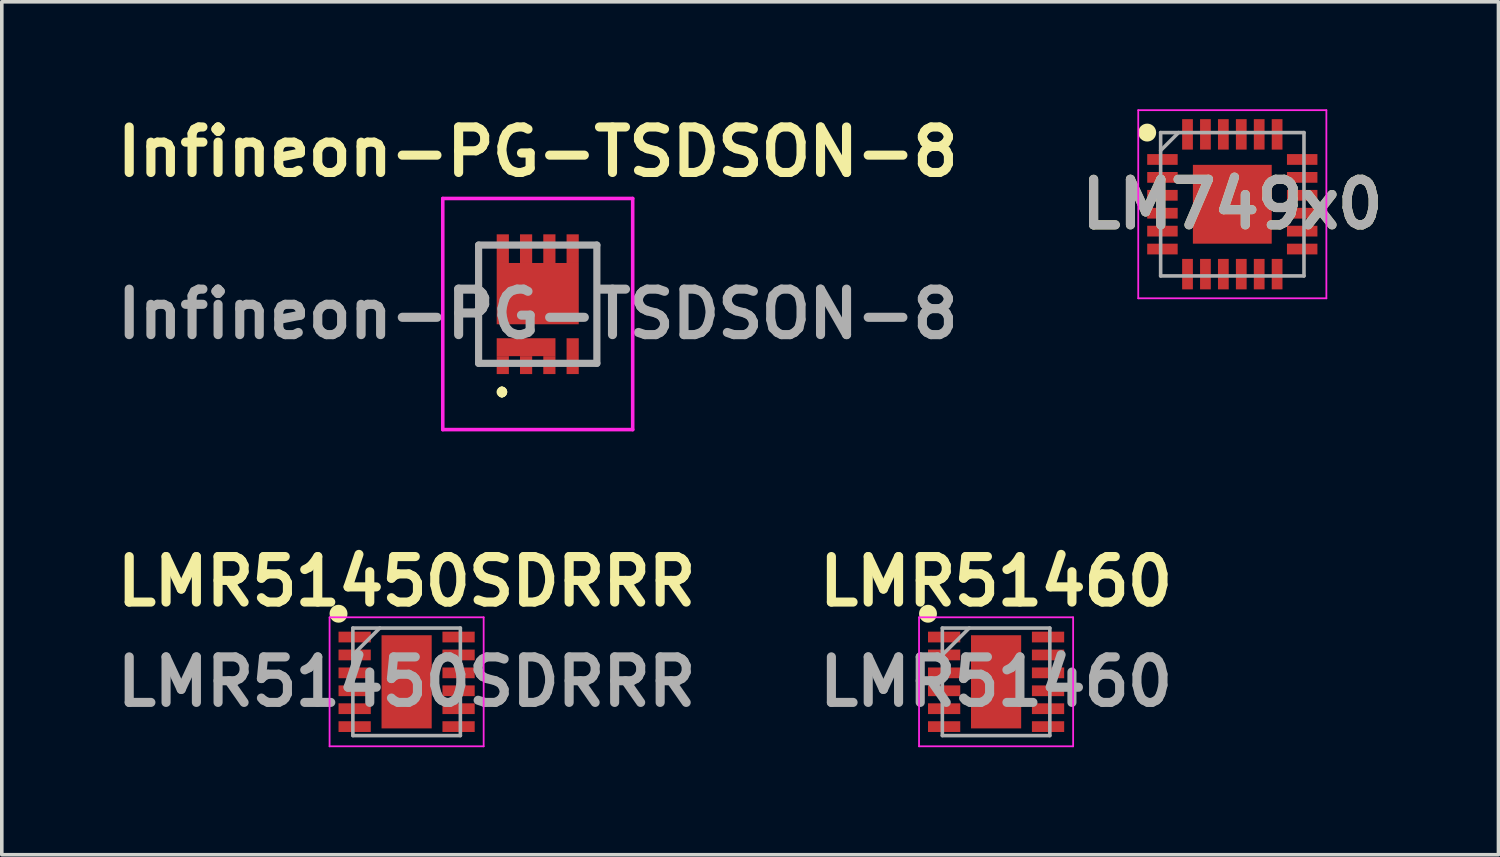
<source format=kicad_pcb>
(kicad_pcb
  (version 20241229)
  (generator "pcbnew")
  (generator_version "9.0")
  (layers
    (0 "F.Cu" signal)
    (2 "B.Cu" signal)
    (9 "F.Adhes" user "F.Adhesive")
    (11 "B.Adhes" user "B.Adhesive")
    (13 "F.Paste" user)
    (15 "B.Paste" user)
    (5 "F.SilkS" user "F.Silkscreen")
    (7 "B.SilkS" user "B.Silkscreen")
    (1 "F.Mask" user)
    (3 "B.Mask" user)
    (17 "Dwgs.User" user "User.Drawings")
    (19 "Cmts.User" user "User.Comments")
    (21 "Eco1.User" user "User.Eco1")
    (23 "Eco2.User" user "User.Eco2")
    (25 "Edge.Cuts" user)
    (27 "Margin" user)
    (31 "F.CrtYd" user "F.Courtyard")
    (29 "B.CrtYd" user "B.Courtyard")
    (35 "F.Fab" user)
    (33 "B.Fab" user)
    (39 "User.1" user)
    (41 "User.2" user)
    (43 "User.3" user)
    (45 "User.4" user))
  (footprint "LM749x0"
    (layer "F.Cu")
    (at 31.339 2.65)
    (property "Reference" "LM749x0" (at 0 0 0) (layer "F.SilkS") (effects (font (size 1.27 1.27) (thickness 0.254))))
    (attr smd)
    (fp_circle (center -2.375 -2) (end -2.375 -1.875) (stroke (width 0.25) (type solid)) (fill no) (layer "F.SilkS"))
    (fp_line (start -2.625 -2.625) (end 2.625 -2.625) (stroke (width 0.05) (type solid)) (layer "F.CrtYd"))
    (fp_line (start -2.625 2.625) (end -2.625 -2.625) (stroke (width 0.05) (type solid)) (layer "F.CrtYd"))
    (fp_line (start 2.625 -2.625) (end 2.625 2.625) (stroke (width 0.05) (type solid)) (layer "F.CrtYd"))
    (fp_line (start 2.625 2.625) (end -2.625 2.625) (stroke (width 0.05) (type solid)) (layer "F.CrtYd"))
    (fp_line (start -2 -2) (end 2 -2) (stroke (width 0.1) (type solid)) (layer "F.Fab"))
    (fp_line (start -2 -1.5) (end -1.5 -2) (stroke (width 0.1) (type solid)) (layer "F.Fab"))
    (fp_line (start -2 2) (end -2 -2) (stroke (width 0.1) (type solid)) (layer "F.Fab"))
    (fp_line (start 2 -2) (end 2 2) (stroke (width 0.1) (type solid)) (layer "F.Fab"))
    (fp_line (start 2 2) (end -2 2) (stroke (width 0.1) (type solid)) (layer "F.Fab"))
    (fp_text user "${REFERENCE}" (at 0 0 0) (layer "F.Fab") (effects (font (size 1.27 1.27) (thickness 0.254))))
    (pad "1" smd rect (at -1.95 -1.25 90) (size 0.3 0.85) (layers "F.Cu" "F.Mask" "F.Paste"))
    (pad "2" smd rect (at -1.95 -0.75 90) (size 0.3 0.85) (layers "F.Cu" "F.Mask" "F.Paste"))
    (pad "3" smd rect (at -1.95 -0.25 90) (size 0.3 0.85) (layers "F.Cu" "F.Mask" "F.Paste"))
    (pad "4" smd rect (at -1.95 0.25 90) (size 0.3 0.85) (layers "F.Cu" "F.Mask" "F.Paste"))
    (pad "5" smd rect (at -1.95 0.75 90) (size 0.3 0.85) (layers "F.Cu" "F.Mask" "F.Paste"))
    (pad "6" smd rect (at -1.95 1.25 90) (size 0.3 0.85) (layers "F.Cu" "F.Mask" "F.Paste"))
    (pad "7" smd rect (at -1.25 1.95) (size 0.3 0.85) (layers "F.Cu" "F.Mask" "F.Paste"))
    (pad "8" smd rect (at -0.75 1.95) (size 0.3 0.85) (layers "F.Cu" "F.Mask" "F.Paste"))
    (pad "9" smd rect (at -0.25 1.95) (size 0.3 0.85) (layers "F.Cu" "F.Mask" "F.Paste"))
    (pad "10" smd rect (at 0.25 1.95) (size 0.3 0.85) (layers "F.Cu" "F.Mask" "F.Paste"))
    (pad "11" smd rect (at 0.75 1.95) (size 0.3 0.85) (layers "F.Cu" "F.Mask" "F.Paste"))
    (pad "12" smd rect (at 1.25 1.95) (size 0.3 0.85) (layers "F.Cu" "F.Mask" "F.Paste"))
    (pad "13" smd rect (at 1.95 1.25 90) (size 0.3 0.85) (layers "F.Cu" "F.Mask" "F.Paste"))
    (pad "14" smd rect (at 1.95 0.75 90) (size 0.3 0.85) (layers "F.Cu" "F.Mask" "F.Paste"))
    (pad "15" smd rect (at 1.95 0.25 90) (size 0.3 0.85) (layers "F.Cu" "F.Mask" "F.Paste"))
    (pad "16" smd rect (at 1.95 -0.25 90) (size 0.3 0.85) (layers "F.Cu" "F.Mask" "F.Paste"))
    (pad "17" smd rect (at 1.95 -0.75 90) (size 0.3 0.85) (layers "F.Cu" "F.Mask" "F.Paste"))
    (pad "18" smd rect (at 1.95 -1.25 90) (size 0.3 0.85) (layers "F.Cu" "F.Mask" "F.Paste"))
    (pad "19" smd rect (at 1.25 -1.95) (size 0.3 0.85) (layers "F.Cu" "F.Mask" "F.Paste"))
    (pad "20" smd rect (at 0.75 -1.95) (size 0.3 0.85) (layers "F.Cu" "F.Mask" "F.Paste"))
    (pad "21" smd rect (at 0.25 -1.95) (size 0.3 0.85) (layers "F.Cu" "F.Mask" "F.Paste"))
    (pad "22" smd rect (at -0.25 -1.95) (size 0.3 0.85) (layers "F.Cu" "F.Mask" "F.Paste"))
    (pad "23" smd rect (at -0.75 -1.95) (size 0.3 0.85) (layers "F.Cu" "F.Mask" "F.Paste"))
    (pad "24" smd rect (at -1.25 -1.95) (size 0.3 0.85) (layers "F.Cu" "F.Mask" "F.Paste"))
    (pad "25" smd rect (at 0 0) (size 2.2 2.2) (layers "F.Cu" "F.Mask" "F.Paste")))
  (footprint "Infineon-PG-TSDSON-8"
    (layer "F.Cu")
    (at 11.956 5.439)
    (property "Reference" "Infineon-PG-TSDSON-8" (at 0 -4.25 0) (layer "F.SilkS") (effects (font (size 1.27 1.27) (thickness 0.254))))
    (attr smd)
    (fp_line (start -1.65 -1.65) (end -1.65 -1.65) (stroke (width 0.1) (type solid)) (layer "F.SilkS"))
    (fp_line (start -1.65 -1.65) (end -1.65 1.65) (stroke (width 0.1) (type solid)) (layer "F.SilkS"))
    (fp_line (start -1.65 1.65) (end -1.65 -1.65) (stroke (width 0.1) (type solid)) (layer "F.SilkS"))
    (fp_line (start -1.65 1.65) (end -1.65 1.65) (stroke (width 0.1) (type solid)) (layer "F.SilkS"))
    (fp_line (start -1 2.4) (end -1 2.4) (stroke (width 0.2) (type solid)) (layer "F.SilkS"))
    (fp_line (start -1 2.5) (end -1 2.5) (stroke (width 0.2) (type solid)) (layer "F.SilkS"))
    (fp_line (start -1 2.5) (end -1 2.5) (stroke (width 0.2) (type solid)) (layer "F.SilkS"))
    (fp_line (start 1.65 -1.65) (end 1.65 -1.65) (stroke (width 0.1) (type solid)) (layer "F.SilkS"))
    (fp_line (start 1.65 -1.65) (end 1.65 1.65) (stroke (width 0.1) (type solid)) (layer "F.SilkS"))
    (fp_line (start 1.65 1.65) (end 1.65 -1.65) (stroke (width 0.1) (type solid)) (layer "F.SilkS"))
    (fp_line (start 1.65 1.65) (end 1.65 1.65) (stroke (width 0.1) (type solid)) (layer "F.SilkS"))
    (fp_arc (start -1 2.4) (mid -0.95 2.45) (end -1 2.5) (stroke (width 0.2) (type solid)) (layer "F.SilkS"))
    (fp_arc (start -1 2.4) (mid -0.95 2.45) (end -1 2.5) (stroke (width 0.2) (type solid)) (layer "F.SilkS"))
    (fp_arc (start -1 2.5) (mid -1.05 2.45) (end -1 2.4) (stroke (width 0.2) (type solid)) (layer "F.SilkS"))
    (fp_line (start -2.65 -2.95) (end 2.65 -2.95) (stroke (width 0.1) (type solid)) (layer "F.CrtYd"))
    (fp_line (start -2.65 3.5) (end -2.65 -2.95) (stroke (width 0.1) (type solid)) (layer "F.CrtYd"))
    (fp_line (start 2.65 -2.95) (end 2.65 3.5) (stroke (width 0.1) (type solid)) (layer "F.CrtYd"))
    (fp_line (start 2.65 3.5) (end -2.65 3.5) (stroke (width 0.1) (type solid)) (layer "F.CrtYd"))
    (fp_line (start -1.65 -1.65) (end -1.65 1.65) (stroke (width 0.2) (type solid)) (layer "F.Fab"))
    (fp_line (start -1.65 1.65) (end 1.65 1.65) (stroke (width 0.2) (type solid)) (layer "F.Fab"))
    (fp_line (start 1.65 -1.65) (end -1.65 -1.65) (stroke (width 0.2) (type solid)) (layer "F.Fab"))
    (fp_line (start 1.65 1.65) (end 1.65 -1.65) (stroke (width 0.2) (type solid)) (layer "F.Fab"))
    (fp_text user "${REFERENCE}" (at 0 0.275 0) (layer "F.Fab") (effects (font (size 1.27 1.27) (thickness 0.254))))
    (pad "D" smd rect (at -0.975 -1.55) (size 0.34 0.8) (layers "F.Cu" "F.Mask" "F.Paste"))
    (pad "D" smd rect (at -0.325 -1.55) (size 0.34 0.8) (layers "F.Cu" "F.Mask" "F.Paste"))
    (pad "D" smd rect (at 0 -0.295 90) (size 1.71 2.29) (layers "F.Cu" "F.Mask" "F.Paste"))
    (pad "D" smd rect (at 0.325 -1.55) (size 0.34 0.8) (layers "F.Cu" "F.Mask" "F.Paste"))
    (pad "D" smd rect (at 0.975 -1.55) (size 0.34 0.8) (layers "F.Cu" "F.Mask" "F.Paste"))
    (pad "G" smd rect (at 0.975 1.45) (size 0.34 1) (layers "F.Cu" "F.Mask" "F.Paste"))
    (pad "S" smd rect (at -0.975 1.7) (size 0.34 0.5) (layers "F.Cu" "F.Mask" "F.Paste"))
    (pad "S" smd rect (at -0.325 1.2 90) (size 0.5 1.64) (layers "F.Cu" "F.Mask" "F.Paste"))
    (pad "S" smd rect (at -0.325 1.7) (size 0.34 0.5) (layers "F.Cu" "F.Mask" "F.Paste"))
    (pad "S" smd rect (at 0.325 1.7) (size 0.34 0.5) (layers "F.Cu" "F.Mask" "F.Paste")))
  (footprint "LMR51460"
    (layer "F.Cu")
    (at 24.747 15.977)
    (property "Reference" "LMR51460" (at 0 -2.8 0) (layer "F.SilkS") (effects (font (size 1.27 1.27) (thickness 0.254))))
    (attr smd)
    (fp_circle (center -1.9 -1.9) (end -1.9 -1.775) (stroke (width 0.25) (type solid)) (fill no) (layer "F.SilkS"))
    (fp_line (start -2.15 -1.8) (end 2.15 -1.8) (stroke (width 0.05) (type solid)) (layer "F.CrtYd"))
    (fp_line (start -2.15 1.8) (end -2.15 -1.8) (stroke (width 0.05) (type solid)) (layer "F.CrtYd"))
    (fp_line (start 2.15 -1.8) (end 2.15 1.8) (stroke (width 0.05) (type solid)) (layer "F.CrtYd"))
    (fp_line (start 2.15 1.8) (end -2.15 1.8) (stroke (width 0.05) (type solid)) (layer "F.CrtYd"))
    (fp_line (start -1.5 -1.5) (end 1.5 -1.5) (stroke (width 0.1) (type solid)) (layer "F.Fab"))
    (fp_line (start -1.5 -0.75) (end -0.75 -1.5) (stroke (width 0.1) (type solid)) (layer "F.Fab"))
    (fp_line (start -1.5 1.5) (end -1.5 -1.5) (stroke (width 0.1) (type solid)) (layer "F.Fab"))
    (fp_line (start 1.5 -1.5) (end 1.5 1.5) (stroke (width 0.1) (type solid)) (layer "F.Fab"))
    (fp_line (start 1.5 1.5) (end -1.5 1.5) (stroke (width 0.1) (type solid)) (layer "F.Fab"))
    (fp_text user "${REFERENCE}" (at 0 0 0) (layer "F.Fab") (effects (font (size 1.27 1.27) (thickness 0.254))))
    (pad "1" smd rect (at -1.45 -1.25 90) (size 0.3 0.9) (layers "F.Cu" "F.Mask" "F.Paste"))
    (pad "2" smd rect (at -1.45 -0.75 90) (size 0.3 0.9) (layers "F.Cu" "F.Mask" "F.Paste"))
    (pad "3" smd rect (at -1.45 -0.25 90) (size 0.3 0.9) (layers "F.Cu" "F.Mask" "F.Paste"))
    (pad "4" smd rect (at -1.45 0.25 90) (size 0.3 0.9) (layers "F.Cu" "F.Mask" "F.Paste"))
    (pad "5" smd rect (at -1.45 0.75 90) (size 0.3 0.9) (layers "F.Cu" "F.Mask" "F.Paste"))
    (pad "6" smd rect (at -1.45 1.25 90) (size 0.3 0.9) (layers "F.Cu" "F.Mask" "F.Paste"))
    (pad "7" smd rect (at 1.45 1.25 90) (size 0.3 0.9) (layers "F.Cu" "F.Mask" "F.Paste"))
    (pad "8" smd rect (at 1.45 0.75 90) (size 0.3 0.9) (layers "F.Cu" "F.Mask" "F.Paste"))
    (pad "9" smd rect (at 1.45 0.25 90) (size 0.3 0.9) (layers "F.Cu" "F.Mask" "F.Paste"))
    (pad "10" smd rect (at 1.45 -0.25 90) (size 0.3 0.9) (layers "F.Cu" "F.Mask" "F.Paste"))
    (pad "11" smd rect (at 1.45 -0.75 90) (size 0.3 0.9) (layers "F.Cu" "F.Mask" "F.Paste"))
    (pad "12" smd rect (at 1.45 -1.25 90) (size 0.3 0.9) (layers "F.Cu" "F.Mask" "F.Paste"))
    (pad "13" smd rect (at 0 0) (size 1.4 2.6) (layers "F.Cu" "F.Mask" "F.Paste")))
  (footprint "LMR51450SDRRR"
    (layer "F.Cu")
    (at 8.297 15.977)
    (property "Reference" "LMR51450SDRRR" (at 0 -2.8 0) (layer "F.SilkS") (effects (font (size 1.27 1.27) (thickness 0.254))))
    (attr smd)
    (fp_circle (center -1.9 -1.9) (end -1.9 -1.775) (stroke (width 0.25) (type solid)) (fill no) (layer "F.SilkS"))
    (fp_line (start -2.15 -1.8) (end 2.15 -1.8) (stroke (width 0.05) (type solid)) (layer "F.CrtYd"))
    (fp_line (start -2.15 1.8) (end -2.15 -1.8) (stroke (width 0.05) (type solid)) (layer "F.CrtYd"))
    (fp_line (start 2.15 -1.8) (end 2.15 1.8) (stroke (width 0.05) (type solid)) (layer "F.CrtYd"))
    (fp_line (start 2.15 1.8) (end -2.15 1.8) (stroke (width 0.05) (type solid)) (layer "F.CrtYd"))
    (fp_line (start -1.5 -1.5) (end 1.5 -1.5) (stroke (width 0.1) (type solid)) (layer "F.Fab"))
    (fp_line (start -1.5 -0.75) (end -0.75 -1.5) (stroke (width 0.1) (type solid)) (layer "F.Fab"))
    (fp_line (start -1.5 1.5) (end -1.5 -1.5) (stroke (width 0.1) (type solid)) (layer "F.Fab"))
    (fp_line (start 1.5 -1.5) (end 1.5 1.5) (stroke (width 0.1) (type solid)) (layer "F.Fab"))
    (fp_line (start 1.5 1.5) (end -1.5 1.5) (stroke (width 0.1) (type solid)) (layer "F.Fab"))
    (fp_text user "${REFERENCE}" (at 0 0 0) (layer "F.Fab") (effects (font (size 1.27 1.27) (thickness 0.254))))
    (pad "1" smd rect (at -1.45 -1.25 90) (size 0.3 0.9) (layers "F.Cu" "F.Mask" "F.Paste"))
    (pad "2" smd rect (at -1.45 -0.75 90) (size 0.3 0.9) (layers "F.Cu" "F.Mask" "F.Paste"))
    (pad "3" smd rect (at -1.45 -0.25 90) (size 0.3 0.9) (layers "F.Cu" "F.Mask" "F.Paste"))
    (pad "4" smd rect (at -1.45 0.25 90) (size 0.3 0.9) (layers "F.Cu" "F.Mask" "F.Paste"))
    (pad "5" smd rect (at -1.45 0.75 90) (size 0.3 0.9) (layers "F.Cu" "F.Mask" "F.Paste"))
    (pad "6" smd rect (at -1.45 1.25 90) (size 0.3 0.9) (layers "F.Cu" "F.Mask" "F.Paste"))
    (pad "7" smd rect (at 1.45 1.25 90) (size 0.3 0.9) (layers "F.Cu" "F.Mask" "F.Paste"))
    (pad "8" smd rect (at 1.45 0.75 90) (size 0.3 0.9) (layers "F.Cu" "F.Mask" "F.Paste"))
    (pad "9" smd rect (at 1.45 0.25 90) (size 0.3 0.9) (layers "F.Cu" "F.Mask" "F.Paste"))
    (pad "10" smd rect (at 1.45 -0.25 90) (size 0.3 0.9) (layers "F.Cu" "F.Mask" "F.Paste"))
    (pad "11" smd rect (at 1.45 -0.75 90) (size 0.3 0.9) (layers "F.Cu" "F.Mask" "F.Paste"))
    (pad "12" smd rect (at 1.45 -1.25 90) (size 0.3 0.9) (layers "F.Cu" "F.Mask" "F.Paste"))
    (pad "13" smd rect (at 0 0) (size 1.4 2.6) (layers "F.Cu" "F.Mask" "F.Paste")))
  (gr_rect
    (start -3 -3)
    (end 38.766 20.802)
    (stroke (width 0.1) (type default))
    (fill no)
    (layer "Edge.Cuts")))
</source>
